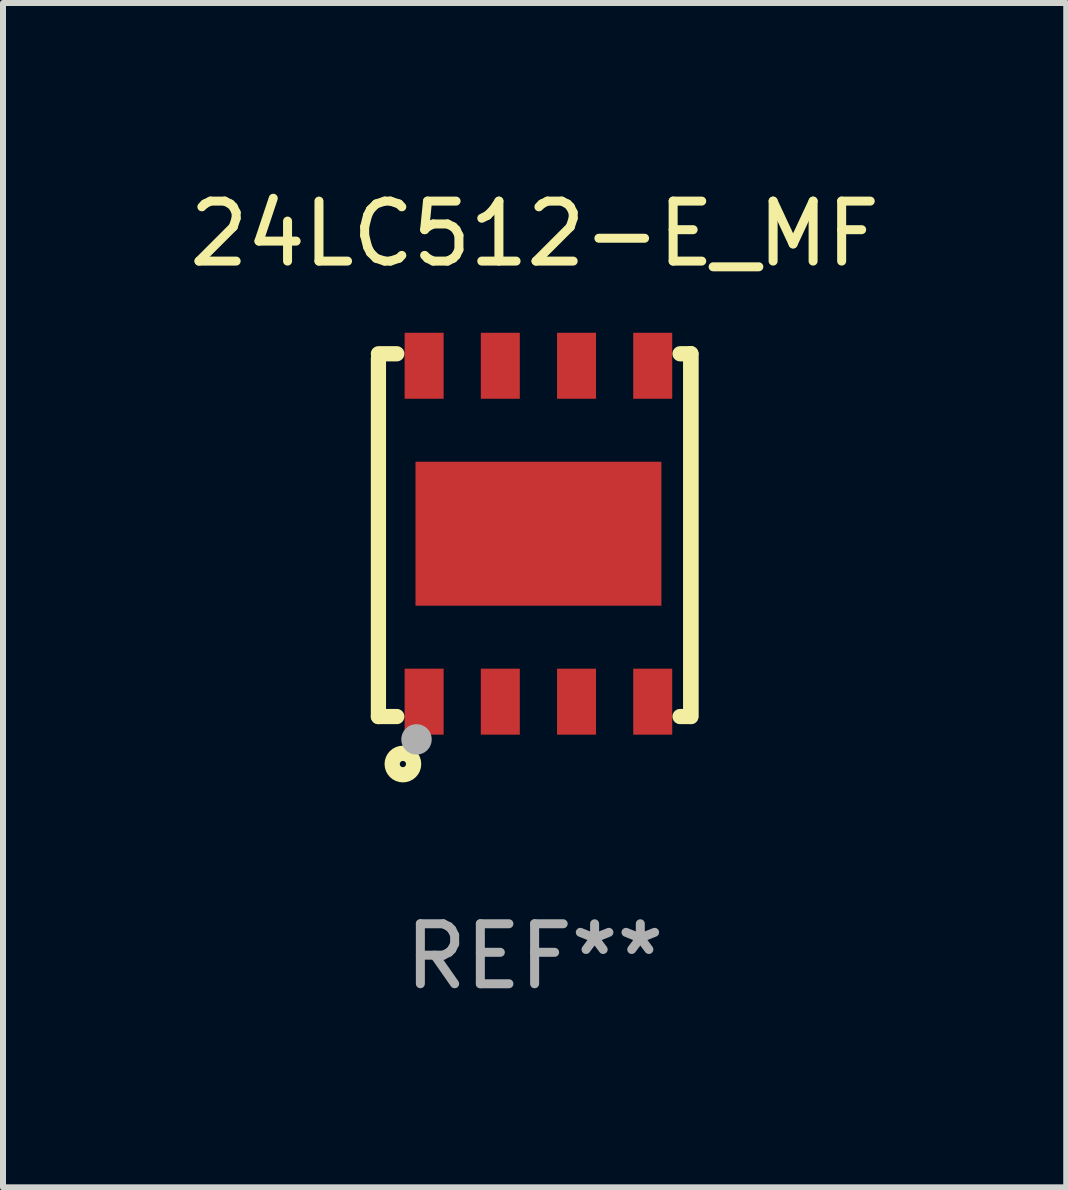
<source format=kicad_pcb>
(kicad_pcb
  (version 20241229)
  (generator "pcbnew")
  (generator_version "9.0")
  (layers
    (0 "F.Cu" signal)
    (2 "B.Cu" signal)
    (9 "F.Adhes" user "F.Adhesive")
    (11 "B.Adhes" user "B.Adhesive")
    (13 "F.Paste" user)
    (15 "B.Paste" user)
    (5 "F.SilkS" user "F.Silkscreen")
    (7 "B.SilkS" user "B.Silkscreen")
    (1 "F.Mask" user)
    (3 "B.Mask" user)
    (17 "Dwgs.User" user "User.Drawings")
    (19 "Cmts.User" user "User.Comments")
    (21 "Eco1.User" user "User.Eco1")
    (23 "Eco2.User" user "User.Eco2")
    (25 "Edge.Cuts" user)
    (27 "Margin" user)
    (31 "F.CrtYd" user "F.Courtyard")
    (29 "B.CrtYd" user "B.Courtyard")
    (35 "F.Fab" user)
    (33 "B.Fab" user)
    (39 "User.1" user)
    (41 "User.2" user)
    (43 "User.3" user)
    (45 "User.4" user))
  (footprint "24LC512-E_MF"
    (layer "F.Cu")
    (at 5.863 5.872)
    (property "Reference" "24LC512-E_MF" (at 0 -5.024 0) (layer "F.SilkS") (effects (font (size 1 1) (thickness 0.15))))
    (attr through_hole)
    (fp_line (start -2.604 -2.945) (end -2.604 3.024) (stroke (width 0.254) (type solid)) (layer "F.SilkS"))
    (fp_line (start -2.604 3.024) (end -2.298 3.024) (stroke (width 0.254) (type solid)) (layer "F.SilkS"))
    (fp_line (start -2.298 -3.024) (end -2.604 -3.024) (stroke (width 0.254) (type solid)) (layer "F.SilkS"))
    (fp_line (start 2.425 3.024) (end 2.604 3.024) (stroke (width 0.254) (type solid)) (layer "F.SilkS"))
    (fp_line (start 2.604 -3.024) (end 2.425 -3.024) (stroke (width 0.254) (type solid)) (layer "F.SilkS"))
    (fp_line (start 2.604 -3.024) (end 2.604 2.976) (stroke (width 0.254) (type solid)) (layer "F.SilkS"))
    (fp_line (start 2.604 3.024) (end 2.604 -3.024) (stroke (width 0.254) (type solid)) (layer "F.SilkS"))
    (fp_circle (center -2.437 2.976) (end -2.407 2.976) (stroke (width 0.06) (type solid)) (fill no) (layer "F.SilkS"))
    (fp_circle (center -2.196 3.816) (end -2.017 3.816) (stroke (width 0.254) (type solid)) (fill no) (layer "F.SilkS"))
    (fp_circle (center -1.969 3.405) (end -1.842 3.405) (stroke (width 0.254) (type solid)) (fill no) (layer "F.Fab"))
    (fp_text user "REF**" (at 0 7.024 0) (layer "F.Fab") (effects (font (size 1 1) (thickness 0.15))))
    (pad "1" smd rect (at -1.842 2.776) (size 0.65 1.1) (layers "F.Cu" "F.Mask" "F.Paste"))
    (pad "2" smd rect (at -0.572 2.776) (size 0.65 1.1) (layers "F.Cu" "F.Mask" "F.Paste"))
    (pad "3" smd rect (at 0.699 2.776) (size 0.65 1.1) (layers "F.Cu" "F.Mask" "F.Paste"))
    (pad "4" smd rect (at 1.969 2.776) (size 0.65 1.1) (layers "F.Cu" "F.Mask" "F.Paste"))
    (pad "5" smd rect (at 1.969 -2.824) (size 0.65 1.1) (layers "F.Cu" "F.Mask" "F.Paste"))
    (pad "6" smd rect (at 0.699 -2.824) (size 0.65 1.1) (layers "F.Cu" "F.Mask" "F.Paste"))
    (pad "7" smd rect (at -0.572 -2.824) (size 0.65 1.1) (layers "F.Cu" "F.Mask" "F.Paste"))
    (pad "8" smd rect (at -1.842 -2.824) (size 0.65 1.1) (layers "F.Cu" "F.Mask" "F.Paste"))
    (pad "9" smd rect (at 0.064 -0.024) (size 4.1 2.4) (layers "F.Cu" "F.Mask" "F.Paste")))
  (gr_rect
    (start -3 -3)
    (end 14.726 16.745)
    (stroke (width 0.1) (type default))
    (fill no)
    (layer "Edge.Cuts")))
</source>
